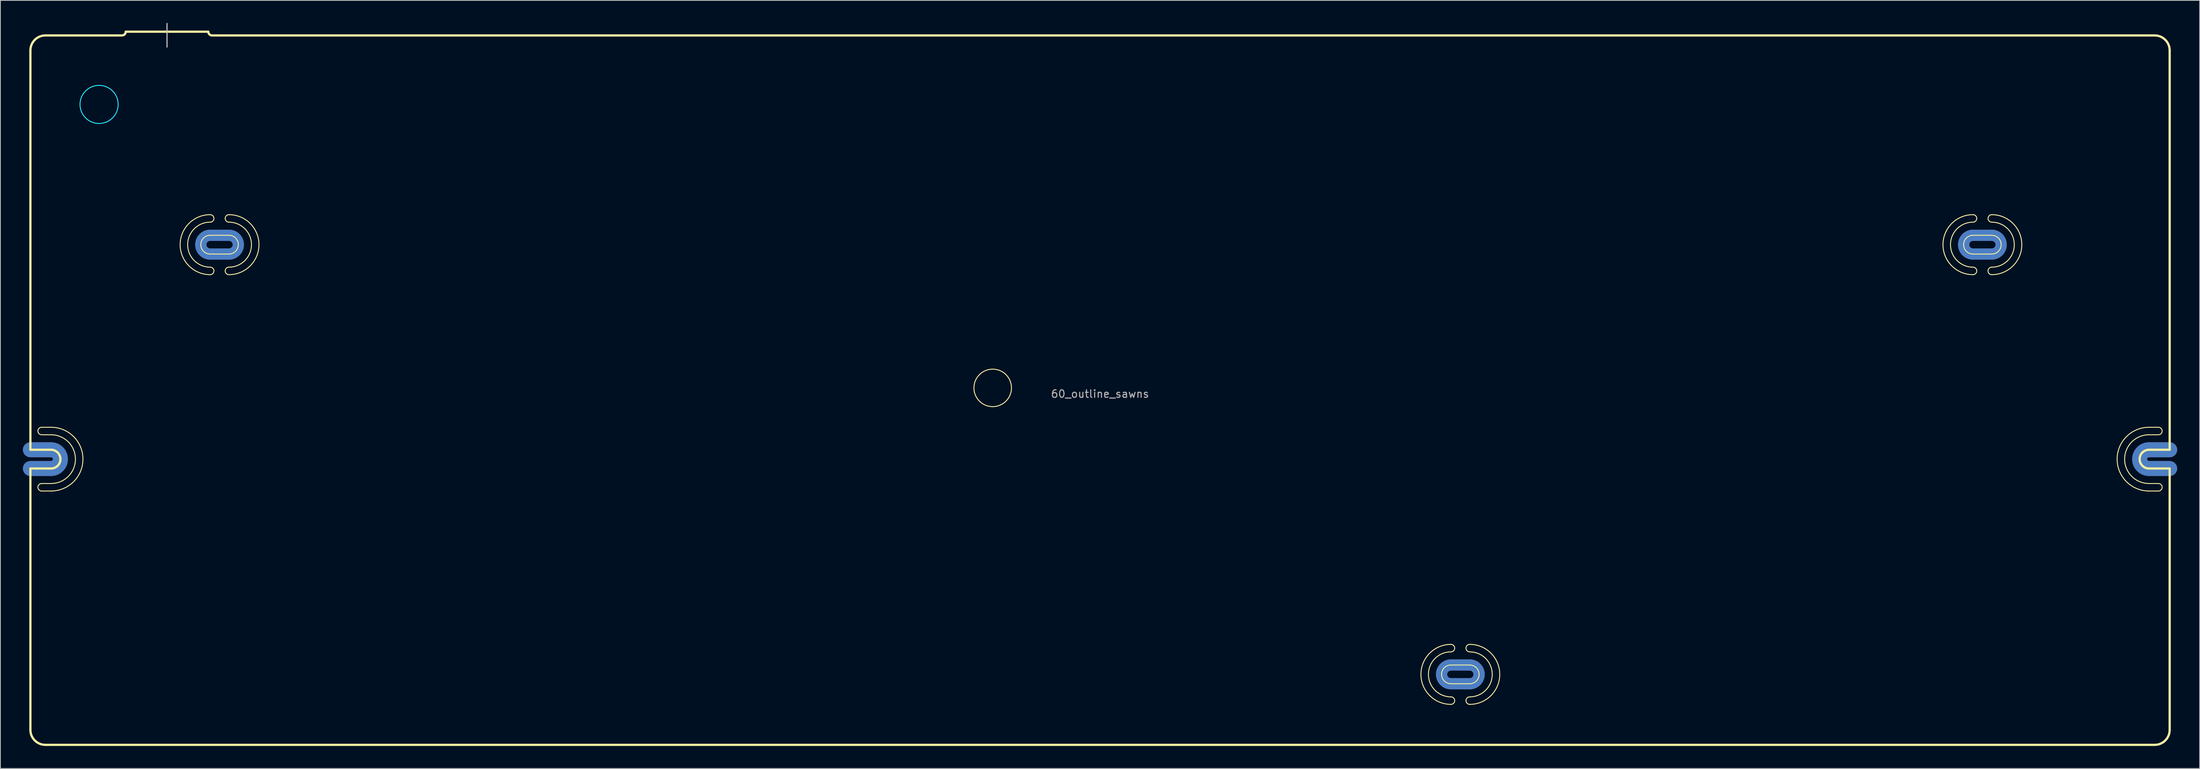
<source format=kicad_pcb>
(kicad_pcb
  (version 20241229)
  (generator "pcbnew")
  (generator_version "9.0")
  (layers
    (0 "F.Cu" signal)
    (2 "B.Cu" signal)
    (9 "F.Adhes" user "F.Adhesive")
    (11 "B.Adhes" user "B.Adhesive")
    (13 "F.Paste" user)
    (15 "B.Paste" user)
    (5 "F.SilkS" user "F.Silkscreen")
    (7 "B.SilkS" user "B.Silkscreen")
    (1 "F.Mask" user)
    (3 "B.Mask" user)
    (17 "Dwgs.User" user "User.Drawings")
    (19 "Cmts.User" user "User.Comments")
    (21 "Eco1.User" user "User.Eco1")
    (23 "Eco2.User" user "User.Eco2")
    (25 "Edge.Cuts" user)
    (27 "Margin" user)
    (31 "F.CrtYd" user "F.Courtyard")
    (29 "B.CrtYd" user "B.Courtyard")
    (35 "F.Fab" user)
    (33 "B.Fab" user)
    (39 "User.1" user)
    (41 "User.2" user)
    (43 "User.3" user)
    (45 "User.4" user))
  (footprint "60_outline_sawns"
    (layer "F.Cu")
    (at 143.5 48.975)
    (property "Reference" "60_outline_sawns" (at 0 0.5 0) (layer "F.Fab") (effects (font (size 1 1) (thickness 0.15))))
    (attr through_hole)
    (fp_line (start -142.5 10.45) (end -139.75 10.45) (stroke (width 2) (type solid)) (layer "F.Cu"))
    (fp_line (start -139.75 7.95) (end -142.5 7.95) (stroke (width 2) (type solid)) (layer "F.Cu"))
    (fp_line (start -118.55 -18.15) (end -116.05 -18.15) (stroke (width 1.5) (type solid)) (layer "F.Cu"))
    (fp_line (start -116.05 -20.65) (end -118.55 -20.65) (stroke (width 1.5) (type solid)) (layer "F.Cu"))
    (fp_line (start 46.75 39.15) (end 49.25 39.15) (stroke (width 1.5) (type solid)) (layer "F.Cu"))
    (fp_line (start 49.25 36.65) (end 46.75 36.65) (stroke (width 1.5) (type solid)) (layer "F.Cu"))
    (fp_line (start 116.3 -18.15) (end 118.8 -18.15) (stroke (width 1.5) (type solid)) (layer "F.Cu"))
    (fp_line (start 118.8 -20.65) (end 116.3 -20.65) (stroke (width 1.5) (type solid)) (layer "F.Cu"))
    (fp_line (start 139.75 10.45) (end 142.5 10.45) (stroke (width 2) (type solid)) (layer "F.Cu"))
    (fp_line (start 142.5 7.95) (end 139.75 7.95) (stroke (width 2) (type solid)) (layer "F.Cu"))
    (fp_arc (start -139.75 7.95) (mid -138.5 9.2) (end -139.75 10.45) (stroke (width 2) (type solid)) (layer "F.Cu"))
    (fp_arc (start -118.55 -18.15) (mid -119.8 -19.4) (end -118.55 -20.65) (stroke (width 1.5) (type solid)) (layer "F.Cu"))
    (fp_arc (start -116.05 -20.65) (mid -114.8 -19.4) (end -116.05 -18.15) (stroke (width 1.5) (type solid)) (layer "F.Cu"))
    (fp_arc (start 46.75 39.15) (mid 45.5 37.9) (end 46.75 36.65) (stroke (width 1.5) (type solid)) (layer "F.Cu"))
    (fp_arc (start 49.25 36.65) (mid 50.5 37.9) (end 49.25 39.15) (stroke (width 1.5) (type solid)) (layer "F.Cu"))
    (fp_arc (start 116.3 -18.15) (mid 115.05 -19.4) (end 116.3 -20.65) (stroke (width 1.5) (type solid)) (layer "F.Cu"))
    (fp_arc (start 118.8 -20.65) (mid 120.05 -19.4) (end 118.8 -18.15) (stroke (width 1.5) (type solid)) (layer "F.Cu"))
    (fp_arc (start 139.75 10.45) (mid 138.5 9.2) (end 139.75 7.95) (stroke (width 2) (type solid)) (layer "F.Cu"))
    (fp_line (start -142.5 10.45) (end -139.75 10.45) (stroke (width 2) (type solid)) (layer "F.Mask"))
    (fp_line (start -139.75 7.95) (end -142.5 7.95) (stroke (width 2) (type solid)) (layer "F.Mask"))
    (fp_line (start -118.55 -18.15) (end -116.05 -18.15) (stroke (width 1.5) (type solid)) (layer "F.Mask"))
    (fp_line (start -116.05 -20.65) (end -118.55 -20.65) (stroke (width 1.5) (type solid)) (layer "F.Mask"))
    (fp_line (start 46.75 39.15) (end 49.25 39.15) (stroke (width 1.5) (type solid)) (layer "F.Mask"))
    (fp_line (start 49.25 36.65) (end 46.75 36.65) (stroke (width 1.5) (type solid)) (layer "F.Mask"))
    (fp_line (start 116.3 -18.15) (end 118.8 -18.15) (stroke (width 1.5) (type solid)) (layer "F.Mask"))
    (fp_line (start 118.8 -20.65) (end 116.3 -20.65) (stroke (width 1.5) (type solid)) (layer "F.Mask"))
    (fp_line (start 139.75 10.45) (end 142.5 10.45) (stroke (width 2) (type solid)) (layer "F.Mask"))
    (fp_line (start 142.5 7.95) (end 139.75 7.95) (stroke (width 2) (type solid)) (layer "F.Mask"))
    (fp_arc (start -139.75 7.95) (mid -138.5 9.2) (end -139.75 10.45) (stroke (width 2) (type solid)) (layer "F.Mask"))
    (fp_arc (start -118.55 -18.15) (mid -119.8 -19.4) (end -118.55 -20.65) (stroke (width 1.5) (type solid)) (layer "F.Mask"))
    (fp_arc (start -116.05 -20.65) (mid -114.8 -19.4) (end -116.05 -18.15) (stroke (width 1.5) (type solid)) (layer "F.Mask"))
    (fp_arc (start 46.75 39.15) (mid 45.5 37.9) (end 46.75 36.65) (stroke (width 1.5) (type solid)) (layer "F.Mask"))
    (fp_arc (start 49.25 36.65) (mid 50.5 37.9) (end 49.25 39.15) (stroke (width 1.5) (type solid)) (layer "F.Mask"))
    (fp_arc (start 116.3 -18.15) (mid 115.05 -19.4) (end 116.3 -20.65) (stroke (width 1.5) (type solid)) (layer "F.Mask"))
    (fp_arc (start 118.8 -20.65) (mid 120.05 -19.4) (end 118.8 -18.15) (stroke (width 1.5) (type solid)) (layer "F.Mask"))
    (fp_arc (start 139.75 10.45) (mid 138.5 9.2) (end 139.75 7.95) (stroke (width 2) (type solid)) (layer "F.Mask"))
    (fp_line (start -142.5 10.45) (end -139.75 10.45) (stroke (width 2) (type solid)) (layer "B.Cu"))
    (fp_line (start -139.75 7.95) (end -142.5 7.95) (stroke (width 2) (type solid)) (layer "B.Cu"))
    (fp_line (start -118.55 -18.15) (end -116.05 -18.15) (stroke (width 1.5) (type solid)) (layer "B.Cu"))
    (fp_line (start -116.05 -20.65) (end -118.55 -20.65) (stroke (width 1.5) (type solid)) (layer "B.Cu"))
    (fp_line (start 46.75 39.15) (end 49.25 39.15) (stroke (width 1.5) (type solid)) (layer "B.Cu"))
    (fp_line (start 49.25 36.65) (end 46.75 36.65) (stroke (width 1.5) (type solid)) (layer "B.Cu"))
    (fp_line (start 116.3 -18.15) (end 118.8 -18.15) (stroke (width 1.5) (type solid)) (layer "B.Cu"))
    (fp_line (start 118.8 -20.65) (end 116.3 -20.65) (stroke (width 1.5) (type solid)) (layer "B.Cu"))
    (fp_line (start 139.75 10.45) (end 142.5 10.45) (stroke (width 2) (type solid)) (layer "B.Cu"))
    (fp_line (start 142.5 7.95) (end 139.75 7.95) (stroke (width 2) (type solid)) (layer "B.Cu"))
    (fp_arc (start -139.75 7.95) (mid -138.5 9.2) (end -139.75 10.45) (stroke (width 2) (type solid)) (layer "B.Cu"))
    (fp_arc (start -118.55 -18.15) (mid -119.8 -19.4) (end -118.55 -20.65) (stroke (width 1.5) (type solid)) (layer "B.Cu"))
    (fp_arc (start -116.05 -20.65) (mid -114.8 -19.4) (end -116.05 -18.15) (stroke (width 1.5) (type solid)) (layer "B.Cu"))
    (fp_arc (start 46.75 39.15) (mid 45.5 37.9) (end 46.75 36.65) (stroke (width 1.5) (type solid)) (layer "B.Cu"))
    (fp_arc (start 49.25 36.65) (mid 50.5 37.9) (end 49.25 39.15) (stroke (width 1.5) (type solid)) (layer "B.Cu"))
    (fp_arc (start 116.3 -18.15) (mid 115.05 -19.4) (end 116.3 -20.65) (stroke (width 1.5) (type solid)) (layer "B.Cu"))
    (fp_arc (start 118.8 -20.65) (mid 120.05 -19.4) (end 118.8 -18.15) (stroke (width 1.5) (type solid)) (layer "B.Cu"))
    (fp_arc (start 139.75 10.45) (mid 138.5 9.2) (end 139.75 7.95) (stroke (width 2) (type solid)) (layer "B.Cu"))
    (fp_line (start -142.5 10.45) (end -139.75 10.45) (stroke (width 2) (type solid)) (layer "B.Mask"))
    (fp_line (start -139.75 7.95) (end -142.5 7.95) (stroke (width 2) (type solid)) (layer "B.Mask"))
    (fp_line (start -118.55 -18.15) (end -116.05 -18.15) (stroke (width 1.5) (type solid)) (layer "B.Mask"))
    (fp_line (start -116.05 -20.65) (end -118.55 -20.65) (stroke (width 1.5) (type solid)) (layer "B.Mask"))
    (fp_line (start 46.75 39.15) (end 49.25 39.15) (stroke (width 1.5) (type solid)) (layer "B.Mask"))
    (fp_line (start 49.25 36.65) (end 46.75 36.65) (stroke (width 1.5) (type solid)) (layer "B.Mask"))
    (fp_line (start 116.3 -18.15) (end 118.8 -18.15) (stroke (width 1.5) (type solid)) (layer "B.Mask"))
    (fp_line (start 118.8 -20.65) (end 116.3 -20.65) (stroke (width 1.5) (type solid)) (layer "B.Mask"))
    (fp_line (start 139.75 10.45) (end 142.5 10.45) (stroke (width 2) (type solid)) (layer "B.Mask"))
    (fp_line (start 142.5 7.95) (end 139.75 7.95) (stroke (width 2) (type solid)) (layer "B.Mask"))
    (fp_arc (start -139.75 7.95) (mid -138.5 9.2) (end -139.75 10.45) (stroke (width 2) (type solid)) (layer "B.Mask"))
    (fp_arc (start -118.55 -18.15) (mid -119.8 -19.4) (end -118.55 -20.65) (stroke (width 1.5) (type solid)) (layer "B.Mask"))
    (fp_arc (start -116.05 -20.65) (mid -114.8 -19.4) (end -116.05 -18.15) (stroke (width 1.5) (type solid)) (layer "B.Mask"))
    (fp_arc (start 46.75 39.15) (mid 45.5 37.9) (end 46.75 36.65) (stroke (width 1.5) (type solid)) (layer "B.Mask"))
    (fp_arc (start 49.25 36.65) (mid 50.5 37.9) (end 49.25 39.15) (stroke (width 1.5) (type solid)) (layer "B.Mask"))
    (fp_arc (start 116.3 -18.15) (mid 115.05 -19.4) (end 116.3 -20.65) (stroke (width 1.5) (type solid)) (layer "B.Mask"))
    (fp_arc (start 118.8 -20.65) (mid 120.05 -19.4) (end 118.8 -18.15) (stroke (width 1.5) (type solid)) (layer "B.Mask"))
    (fp_arc (start 139.75 10.45) (mid 138.5 9.2) (end 139.75 7.95) (stroke (width 2) (type solid)) (layer "B.Mask"))
    (fp_line (start -142.5 7.95) (end -142.5 -45.3) (stroke (width 0.3) (type solid)) (layer "F.SilkS"))
    (fp_line (start -142.5 10.45) (end -139.75 10.45) (stroke (width 0.3) (type solid)) (layer "F.SilkS"))
    (fp_line (start -142.5 45.3) (end -142.5 10.45) (stroke (width 0.3) (type solid)) (layer "F.SilkS"))
    (fp_line (start -140.5 -47.3) (end -130.3 -47.3) (stroke (width 0.3) (type solid)) (layer "F.SilkS"))
    (fp_line (start -140.5 47.3) (end 140.5 47.3) (stroke (width 0.3) (type solid)) (layer "F.SilkS"))
    (fp_line (start -139.75 4.95) (end -141 4.95) (stroke (width 0.12) (type solid)) (layer "F.SilkS"))
    (fp_line (start -139.75 5.95) (end -141 5.95) (stroke (width 0.12) (type solid)) (layer "F.SilkS"))
    (fp_line (start -139.75 7.95) (end -142.5 7.95) (stroke (width 0.3) (type solid)) (layer "F.SilkS"))
    (fp_line (start -139.75 12.45) (end -141 12.45) (stroke (width 0.12) (type solid)) (layer "F.SilkS"))
    (fp_line (start -139.75 13.45) (end -141 13.45) (stroke (width 0.12) (type solid)) (layer "F.SilkS"))
    (fp_line (start -129.8 -47.8) (end -118.8 -47.8) (stroke (width 0.3) (type solid)) (layer "F.SilkS"))
    (fp_line (start -118.55 -18.15) (end -116.05 -18.15) (stroke (width 0.12) (type solid)) (layer "F.SilkS"))
    (fp_line (start -116.05 -20.65) (end -118.55 -20.65) (stroke (width 0.12) (type solid)) (layer "F.SilkS"))
    (fp_line (start 46.75 39.15) (end 49.25 39.15) (stroke (width 0.12) (type solid)) (layer "F.SilkS"))
    (fp_line (start 49.25 36.65) (end 46.75 36.65) (stroke (width 0.12) (type solid)) (layer "F.SilkS"))
    (fp_line (start 116.3 -18.15) (end 118.8 -18.15) (stroke (width 0.12) (type solid)) (layer "F.SilkS"))
    (fp_line (start 118.8 -20.65) (end 116.3 -20.65) (stroke (width 0.12) (type solid)) (layer "F.SilkS"))
    (fp_line (start 139.75 4.95) (end 141 4.95) (stroke (width 0.12) (type solid)) (layer "F.SilkS"))
    (fp_line (start 139.75 5.95) (end 141 5.95) (stroke (width 0.12) (type solid)) (layer "F.SilkS"))
    (fp_line (start 139.75 10.45) (end 142.5 10.45) (stroke (width 0.3) (type solid)) (layer "F.SilkS"))
    (fp_line (start 139.75 12.45) (end 141 12.45) (stroke (width 0.12) (type solid)) (layer "F.SilkS"))
    (fp_line (start 139.75 13.45) (end 141 13.45) (stroke (width 0.12) (type solid)) (layer "F.SilkS"))
    (fp_line (start 140.5 -47.3) (end -118.3 -47.3) (stroke (width 0.3) (type solid)) (layer "F.SilkS"))
    (fp_line (start 142.5 7.95) (end 139.75 7.95) (stroke (width 0.3) (type solid)) (layer "F.SilkS"))
    (fp_line (start 142.5 7.95) (end 142.5 -45.3) (stroke (width 0.3) (type solid)) (layer "F.SilkS"))
    (fp_line (start 142.5 45.3) (end 142.5 10.45) (stroke (width 0.3) (type solid)) (layer "F.SilkS"))
    (fp_arc (start -142.5 -45.3) (mid -141.914214 -46.714214) (end -140.5 -47.3) (stroke (width 0.3) (type solid)) (layer "F.SilkS"))
    (fp_arc (start -141 5.95) (mid -141.5 5.45) (end -141 4.95) (stroke (width 0.12) (type solid)) (layer "F.SilkS"))
    (fp_arc (start -141 13.45) (mid -141.5 12.95) (end -141 12.45) (stroke (width 0.12) (type solid)) (layer "F.SilkS"))
    (fp_arc (start -140.5 47.3) (mid -141.914214 46.714214) (end -142.5 45.3) (stroke (width 0.3) (type solid)) (layer "F.SilkS"))
    (fp_arc (start -139.75 4.95) (mid -135.5 9.2) (end -139.75 13.45) (stroke (width 0.12) (type solid)) (layer "F.SilkS"))
    (fp_arc (start -139.75 5.95) (mid -136.5 9.2) (end -139.75 12.45) (stroke (width 0.12) (type solid)) (layer "F.SilkS"))
    (fp_arc (start -139.75 7.95) (mid -138.5 9.2) (end -139.75 10.45) (stroke (width 0.3) (type solid)) (layer "F.SilkS"))
    (fp_arc (start -129.8 -47.8) (mid -129.946447 -47.446447) (end -130.3 -47.3) (stroke (width 0.3) (type solid)) (layer "F.SilkS"))
    (fp_arc (start -118.55 -23.4) (mid -118.05 -22.9) (end -118.55 -22.4) (stroke (width 0.12) (type solid)) (layer "F.SilkS"))
    (fp_arc (start -118.55 -18.15) (mid -119.8 -19.4) (end -118.55 -20.65) (stroke (width 0.12) (type solid)) (layer "F.SilkS"))
    (fp_arc (start -118.55 -16.4) (mid -121.55 -19.4) (end -118.55 -22.4) (stroke (width 0.12) (type solid)) (layer "F.SilkS"))
    (fp_arc (start -118.55 -16.4) (mid -118.05 -15.9) (end -118.55 -15.4) (stroke (width 0.12) (type solid)) (layer "F.SilkS"))
    (fp_arc (start -118.55 -15.4) (mid -122.55 -19.4) (end -118.55 -23.4) (stroke (width 0.12) (type solid)) (layer "F.SilkS"))
    (fp_arc (start -118.3 -47.3) (mid -118.653553 -47.446447) (end -118.8 -47.8) (stroke (width 0.3) (type solid)) (layer "F.SilkS"))
    (fp_arc (start -116.05 -23.4) (mid -112.05 -19.4) (end -116.05 -15.4) (stroke (width 0.12) (type solid)) (layer "F.SilkS"))
    (fp_arc (start -116.05 -22.4) (mid -116.55 -22.9) (end -116.05 -23.4) (stroke (width 0.12) (type solid)) (layer "F.SilkS"))
    (fp_arc (start -116.05 -22.4) (mid -113.05 -19.4) (end -116.05 -16.4) (stroke (width 0.12) (type solid)) (layer "F.SilkS"))
    (fp_arc (start -116.05 -20.65) (mid -114.8 -19.4) (end -116.05 -18.15) (stroke (width 0.12) (type solid)) (layer "F.SilkS"))
    (fp_arc (start -116.05 -15.4) (mid -116.55 -15.9) (end -116.05 -16.4) (stroke (width 0.12) (type solid)) (layer "F.SilkS"))
    (fp_arc (start 46.75 33.9) (mid 47.25 34.4) (end 46.75 34.9) (stroke (width 0.12) (type solid)) (layer "F.SilkS"))
    (fp_arc (start 46.75 39.15) (mid 45.5 37.9) (end 46.75 36.65) (stroke (width 0.12) (type solid)) (layer "F.SilkS"))
    (fp_arc (start 46.75 40.9) (mid 43.75 37.9) (end 46.75 34.9) (stroke (width 0.12) (type solid)) (layer "F.SilkS"))
    (fp_arc (start 46.75 40.9) (mid 47.25 41.4) (end 46.75 41.9) (stroke (width 0.12) (type solid)) (layer "F.SilkS"))
    (fp_arc (start 46.75 41.9) (mid 42.75 37.9) (end 46.75 33.9) (stroke (width 0.12) (type solid)) (layer "F.SilkS"))
    (fp_arc (start 49.25 33.9) (mid 53.25 37.9) (end 49.25 41.9) (stroke (width 0.12) (type solid)) (layer "F.SilkS"))
    (fp_arc (start 49.25 34.9) (mid 48.75 34.4) (end 49.25 33.9) (stroke (width 0.12) (type solid)) (layer "F.SilkS"))
    (fp_arc (start 49.25 34.9) (mid 52.25 37.9) (end 49.25 40.9) (stroke (width 0.12) (type solid)) (layer "F.SilkS"))
    (fp_arc (start 49.25 36.65) (mid 50.5 37.9) (end 49.25 39.15) (stroke (width 0.12) (type solid)) (layer "F.SilkS"))
    (fp_arc (start 49.25 41.9) (mid 48.75 41.4) (end 49.25 40.9) (stroke (width 0.12) (type solid)) (layer "F.SilkS"))
    (fp_arc (start 116.3 -23.4) (mid 116.8 -22.9) (end 116.3 -22.4) (stroke (width 0.12) (type solid)) (layer "F.SilkS"))
    (fp_arc (start 116.3 -18.15) (mid 115.05 -19.4) (end 116.3 -20.65) (stroke (width 0.12) (type solid)) (layer "F.SilkS"))
    (fp_arc (start 116.3 -16.4) (mid 113.3 -19.4) (end 116.3 -22.4) (stroke (width 0.12) (type solid)) (layer "F.SilkS"))
    (fp_arc (start 116.3 -16.4) (mid 116.8 -15.9) (end 116.3 -15.4) (stroke (width 0.12) (type solid)) (layer "F.SilkS"))
    (fp_arc (start 116.3 -15.4) (mid 112.3 -19.4) (end 116.3 -23.4) (stroke (width 0.12) (type solid)) (layer "F.SilkS"))
    (fp_arc (start 118.8 -23.4) (mid 122.8 -19.4) (end 118.8 -15.4) (stroke (width 0.12) (type solid)) (layer "F.SilkS"))
    (fp_arc (start 118.8 -22.4) (mid 118.3 -22.9) (end 118.8 -23.4) (stroke (width 0.12) (type solid)) (layer "F.SilkS"))
    (fp_arc (start 118.8 -22.4) (mid 121.8 -19.4) (end 118.8 -16.4) (stroke (width 0.12) (type solid)) (layer "F.SilkS"))
    (fp_arc (start 118.8 -20.65) (mid 120.05 -19.4) (end 118.8 -18.15) (stroke (width 0.12) (type solid)) (layer "F.SilkS"))
    (fp_arc (start 118.8 -15.4) (mid 118.3 -15.9) (end 118.8 -16.4) (stroke (width 0.12) (type solid)) (layer "F.SilkS"))
    (fp_arc (start 139.75 10.45) (mid 138.5 9.2) (end 139.75 7.95) (stroke (width 0.3) (type solid)) (layer "F.SilkS"))
    (fp_arc (start 139.75 12.45) (mid 136.5 9.2) (end 139.75 5.95) (stroke (width 0.12) (type solid)) (layer "F.SilkS"))
    (fp_arc (start 139.75 13.45) (mid 135.5 9.2) (end 139.75 4.95) (stroke (width 0.12) (type solid)) (layer "F.SilkS"))
    (fp_arc (start 140.5 -47.3) (mid 141.914214 -46.714214) (end 142.5 -45.3) (stroke (width 0.3) (type solid)) (layer "F.SilkS"))
    (fp_arc (start 141 4.95) (mid 141.5 5.45) (end 141 5.95) (stroke (width 0.12) (type solid)) (layer "F.SilkS"))
    (fp_arc (start 141 12.45) (mid 141.5 12.95) (end 141 13.45) (stroke (width 0.12) (type solid)) (layer "F.SilkS"))
    (fp_arc (start 142.5 45.3) (mid 141.914214 46.714214) (end 140.5 47.3) (stroke (width 0.3) (type solid)) (layer "F.SilkS"))
    (fp_circle (center -14.3 -0.3) (end -11.8 -0.3) (stroke (width 0.12) (type solid)) (fill no) (layer "F.SilkS"))
    (fp_line (start -124.3 -48.9) (end -124.3 -45.75) (stroke (width 0.15) (type solid)) (layer "Dwgs.User"))
    (fp_circle (center -133.35 -38.1) (end -130.81 -38.1) (stroke (width 0.12) (type solid)) (fill no) (layer "B.CrtYd")))
  (gr_rect
    (start -3 -3)
    (end 290 99.425)
    (stroke (width 0.1) (type default))
    (fill no)
    (layer "Edge.Cuts")))
</source>
